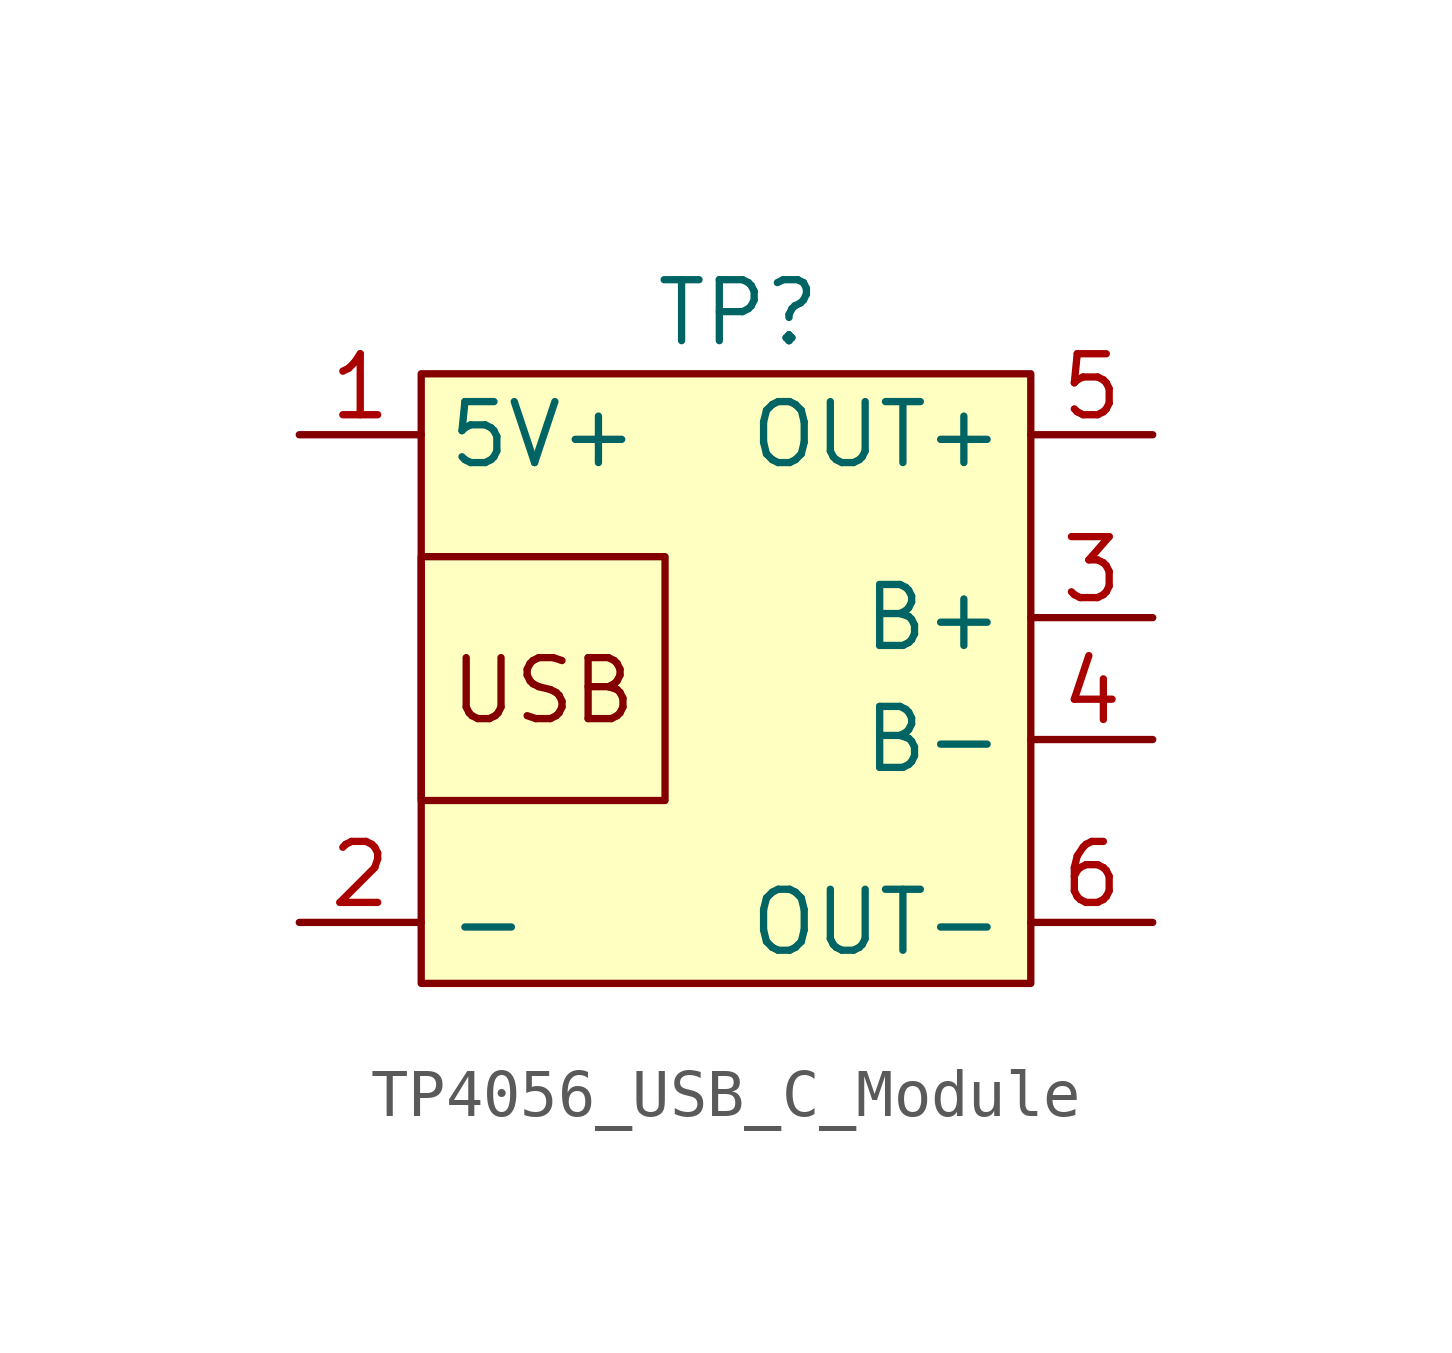
<source format=kicad_sym>
(kicad_symbol_lib
  (version 20231120)
  (generator "kicad_symbol_editor")
  (generator_version "8.0")
  (symbol "TP4056_USB_C_Module"
    (property "Reference" "TP"
      (at 0.254 7.62 0)
      (effects (font (size 1.27 1.27))))
    (property "Value" ""
      (at -1.27 6.858 0)
      (effects (font (size 1.27 1.27))))
    (symbol "TP4056_USB_C_Module_0_1"
      (rectangle (start -6.35 2.54) (end -1.27 -2.54) (stroke (width 0) (type default)) (fill (type none))))
    (symbol "TP4056_USB_C_Module_1_1"
      (rectangle (start -6.35 6.35) (end 6.35 -6.35) (stroke (width 0) (type default)) (fill (type background)))
      (text "USB" (at -3.81 -0.254 0) (effects (font (size 1.27 1.27))))
      (pin power_in line (at -8.89 5.08 0) (length 2.54) (name "5V+" (effects (font (size 1.27 1.27)))) (number "1" (effects (font (size 1.27 1.27)))))
      (pin power_in line (at -8.89 -5.08 0) (length 2.54) (name "-" (effects (font (size 1.27 1.27)))) (number "2" (effects (font (size 1.27 1.27)))))
      (pin power_in line (at 8.89 1.27 180) (length 2.54) (name "B+" (effects (font (size 1.27 1.27)))) (number "3" (effects (font (size 1.27 1.27)))))
      (pin power_in line (at 8.89 -1.27 180) (length 2.54) (name "B-" (effects (font (size 1.27 1.27)))) (number "4" (effects (font (size 1.27 1.27)))))
      (pin power_out line (at 8.89 5.08 180) (length 2.54) (name "OUT+" (effects (font (size 1.27 1.27)))) (number "5" (effects (font (size 1.27 1.27)))))
      (pin power_out line (at 8.89 -5.08 180) (length 2.54) (name "OUT-" (effects (font (size 1.27 1.27)))) (number "6" (effects (font (size 1.27 1.27))))))))
</source>
